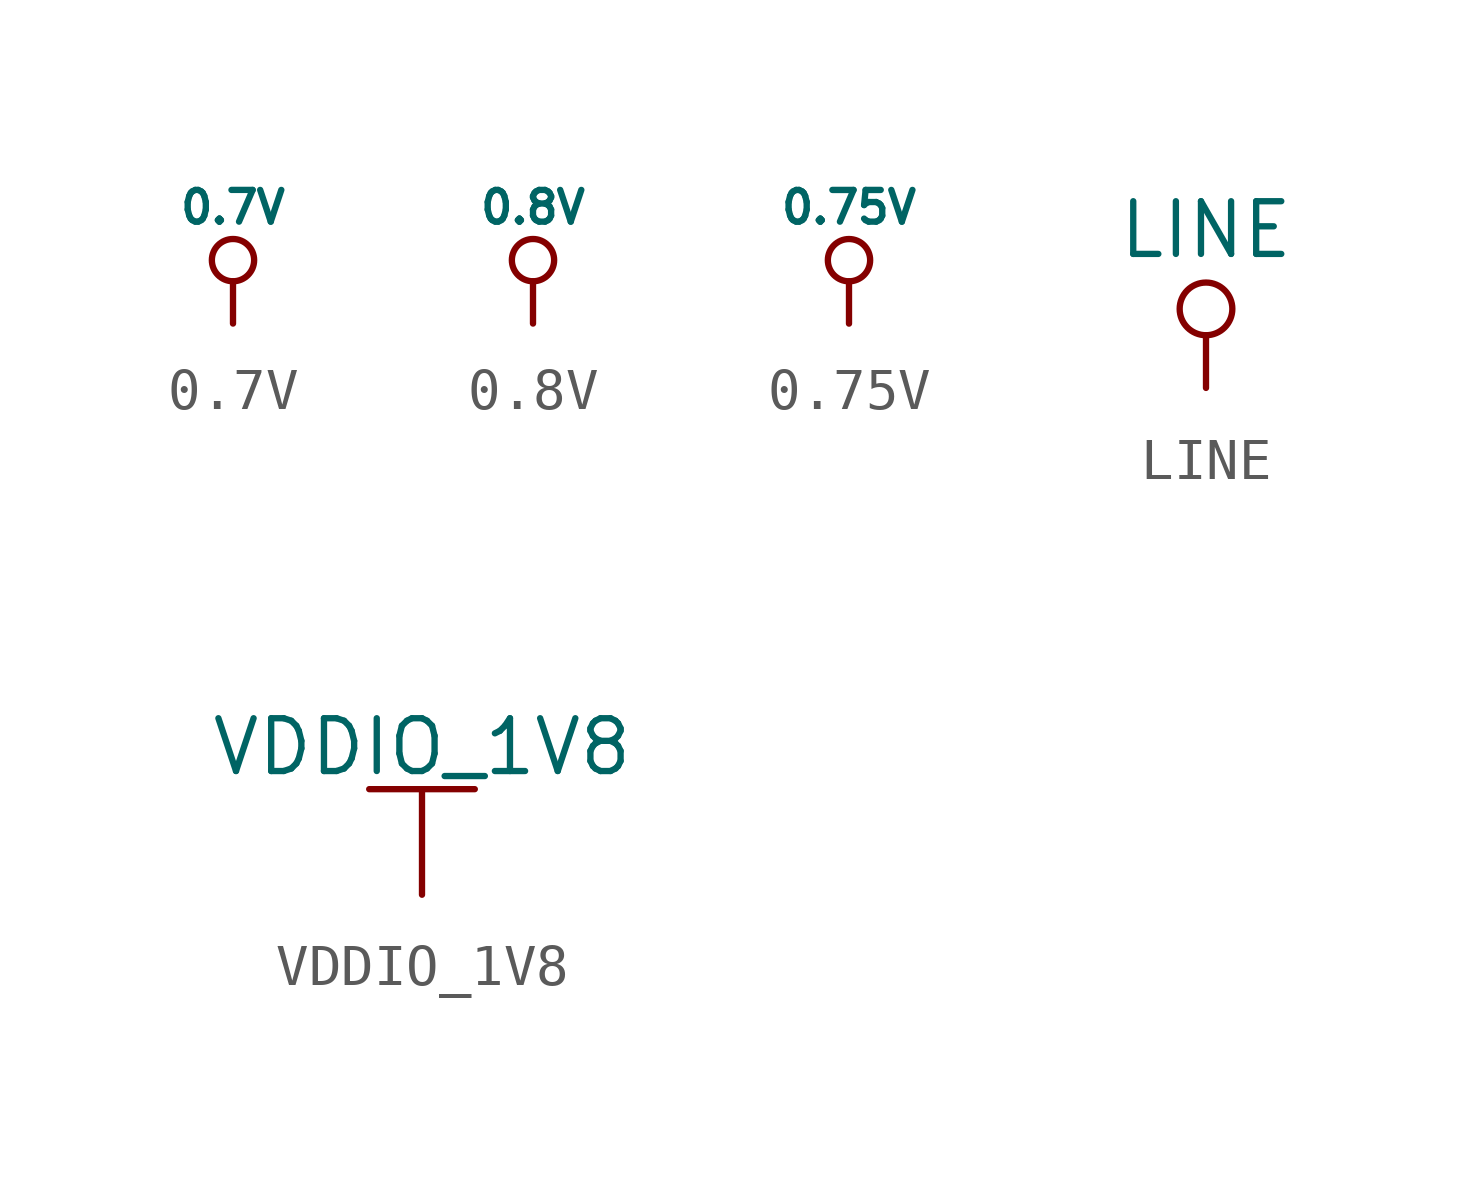
<source format=kicad_sym>
(kicad_symbol_lib
  (version 20211014)
  (generator kicad_symbol_editor)
  (symbol "0.7V"
    (power)
    (pin_names
      (offset 0))
    (property "Reference" "#PWR"
      (at 0 2.54 0)
      (effects (font (size 0.762 0.762)) hide))
    (property "Value" "0.7V"
      (at 0 2.794 0)
      (effects (font (size 0.762 0.762))))
    (symbol "0.7V_0_0"
      (pin power_in line (at 0 0 90) (length 0) hide (name "0.7V" (effects (font (size 1.016 1.016)))) (number "1" (effects (font (size 1.016 1.016))))))
    (symbol "0.7V_0_1"
      (polyline (pts (xy 0 0) (xy 0 1.016) (xy 0 1.016)) (stroke (width 0) (type default) (color 0 0 0 0)) (fill (type none)))
      (circle (center 0 1.524) (radius 0.508) (stroke (width 0) (type default) (color 0 0 0 0)) (fill (type none)))))
  (symbol "0.8V"
    (power)
    (pin_names
      (offset 0))
    (property "Reference" "#PWR"
      (at 0 2.54 0)
      (effects (font (size 0.762 0.762)) hide))
    (property "Value" "0.8V"
      (at 0 2.794 0)
      (effects (font (size 0.762 0.762))))
    (symbol "0.8V_0_0"
      (pin power_in line (at 0 0 90) (length 0) hide (name "0.8V" (effects (font (size 1.016 1.016)))) (number "1" (effects (font (size 1.016 1.016))))))
    (symbol "0.8V_0_1"
      (polyline (pts (xy 0 0) (xy 0 1.016) (xy 0 1.016)) (stroke (width 0) (type default) (color 0 0 0 0)) (fill (type none)))
      (circle (center 0 1.524) (radius 0.508) (stroke (width 0) (type default) (color 0 0 0 0)) (fill (type none)))))
  (symbol "0.75V"
    (power)
    (pin_names
      (offset 0))
    (property "Reference" "#PWR"
      (at 0 2.54 0)
      (effects (font (size 0.762 0.762)) hide))
    (property "Value" "0.75V"
      (at 0 2.794 0)
      (effects (font (size 0.762 0.762))))
    (symbol "0.75V_0_0"
      (pin power_in line (at 0 0 90) (length 0) hide (name "0.75V" (effects (font (size 1.016 1.016)))) (number "1" (effects (font (size 1.016 1.016))))))
    (symbol "0.75V_0_1"
      (polyline (pts (xy 0 0) (xy 0 1.016) (xy 0 1.016)) (stroke (width 0) (type default) (color 0 0 0 0)) (fill (type none)))
      (circle (center 0 1.524) (radius 0.508) (stroke (width 0) (type default) (color 0 0 0 0)) (fill (type none)))))
  (symbol "LINE"
    (power)
    (pin_names
      (offset 0))
    (property "Reference" "#PWR"
      (at 0 -3.81 0)
      (effects (font (size 1.27 1.27)) hide))
    (property "Value" "LINE"
      (at 0 3.81 0)
      (effects (font (size 1.27 1.27))))
    (symbol "LINE_0_1"
      (polyline (pts (xy 0 0) (xy 0 1.27)) (stroke (width 0) (type default) (color 0 0 0 0)) (fill (type none)))
      (circle (center 0 1.905) (radius 0.635) (stroke (width 0) (type default) (color 0 0 0 0)) (fill (type none))))
    (symbol "LINE_1_1"
      (pin power_in line (at 0 0 90) (length 0) hide (name "LINE" (effects (font (size 1.27 1.27)))) (number "1" (effects (font (size 1.27 1.27)))))))
  (symbol "VDDIO_1V8"
    (power)
    (pin_names
      (offset 0))
    (property "Reference" "#PWR"
      (at 0 -3.81 0)
      (effects (font (size 1.27 1.27)) hide))
    (property "Value" "VDDIO_1V8"
      (at 0 3.556 0)
      (effects (font (size 1.27 1.27))))
    (symbol "VDDIO_1V8_0_1"
      (polyline (pts (xy -1.27 2.54) (xy 0 2.54)) (stroke (width 0) (type default) (color 0 0 0 0)) (fill (type none)))
      (polyline (pts (xy 0 0) (xy 0 2.54)) (stroke (width 0) (type default) (color 0 0 0 0)) (fill (type none)))
      (polyline (pts (xy 0 2.54) (xy 1.27 2.54)) (stroke (width 0) (type default) (color 0 0 0 0)) (fill (type none))))
    (symbol "VDDIO_1V8_1_1"
      (pin power_in line (at 0 0 90) (length 0) hide (name "VDDIO_1V8" (effects (font (size 1.27 1.27)))) (number "1" (effects (font (size 1.27 1.27))))))))
</source>
